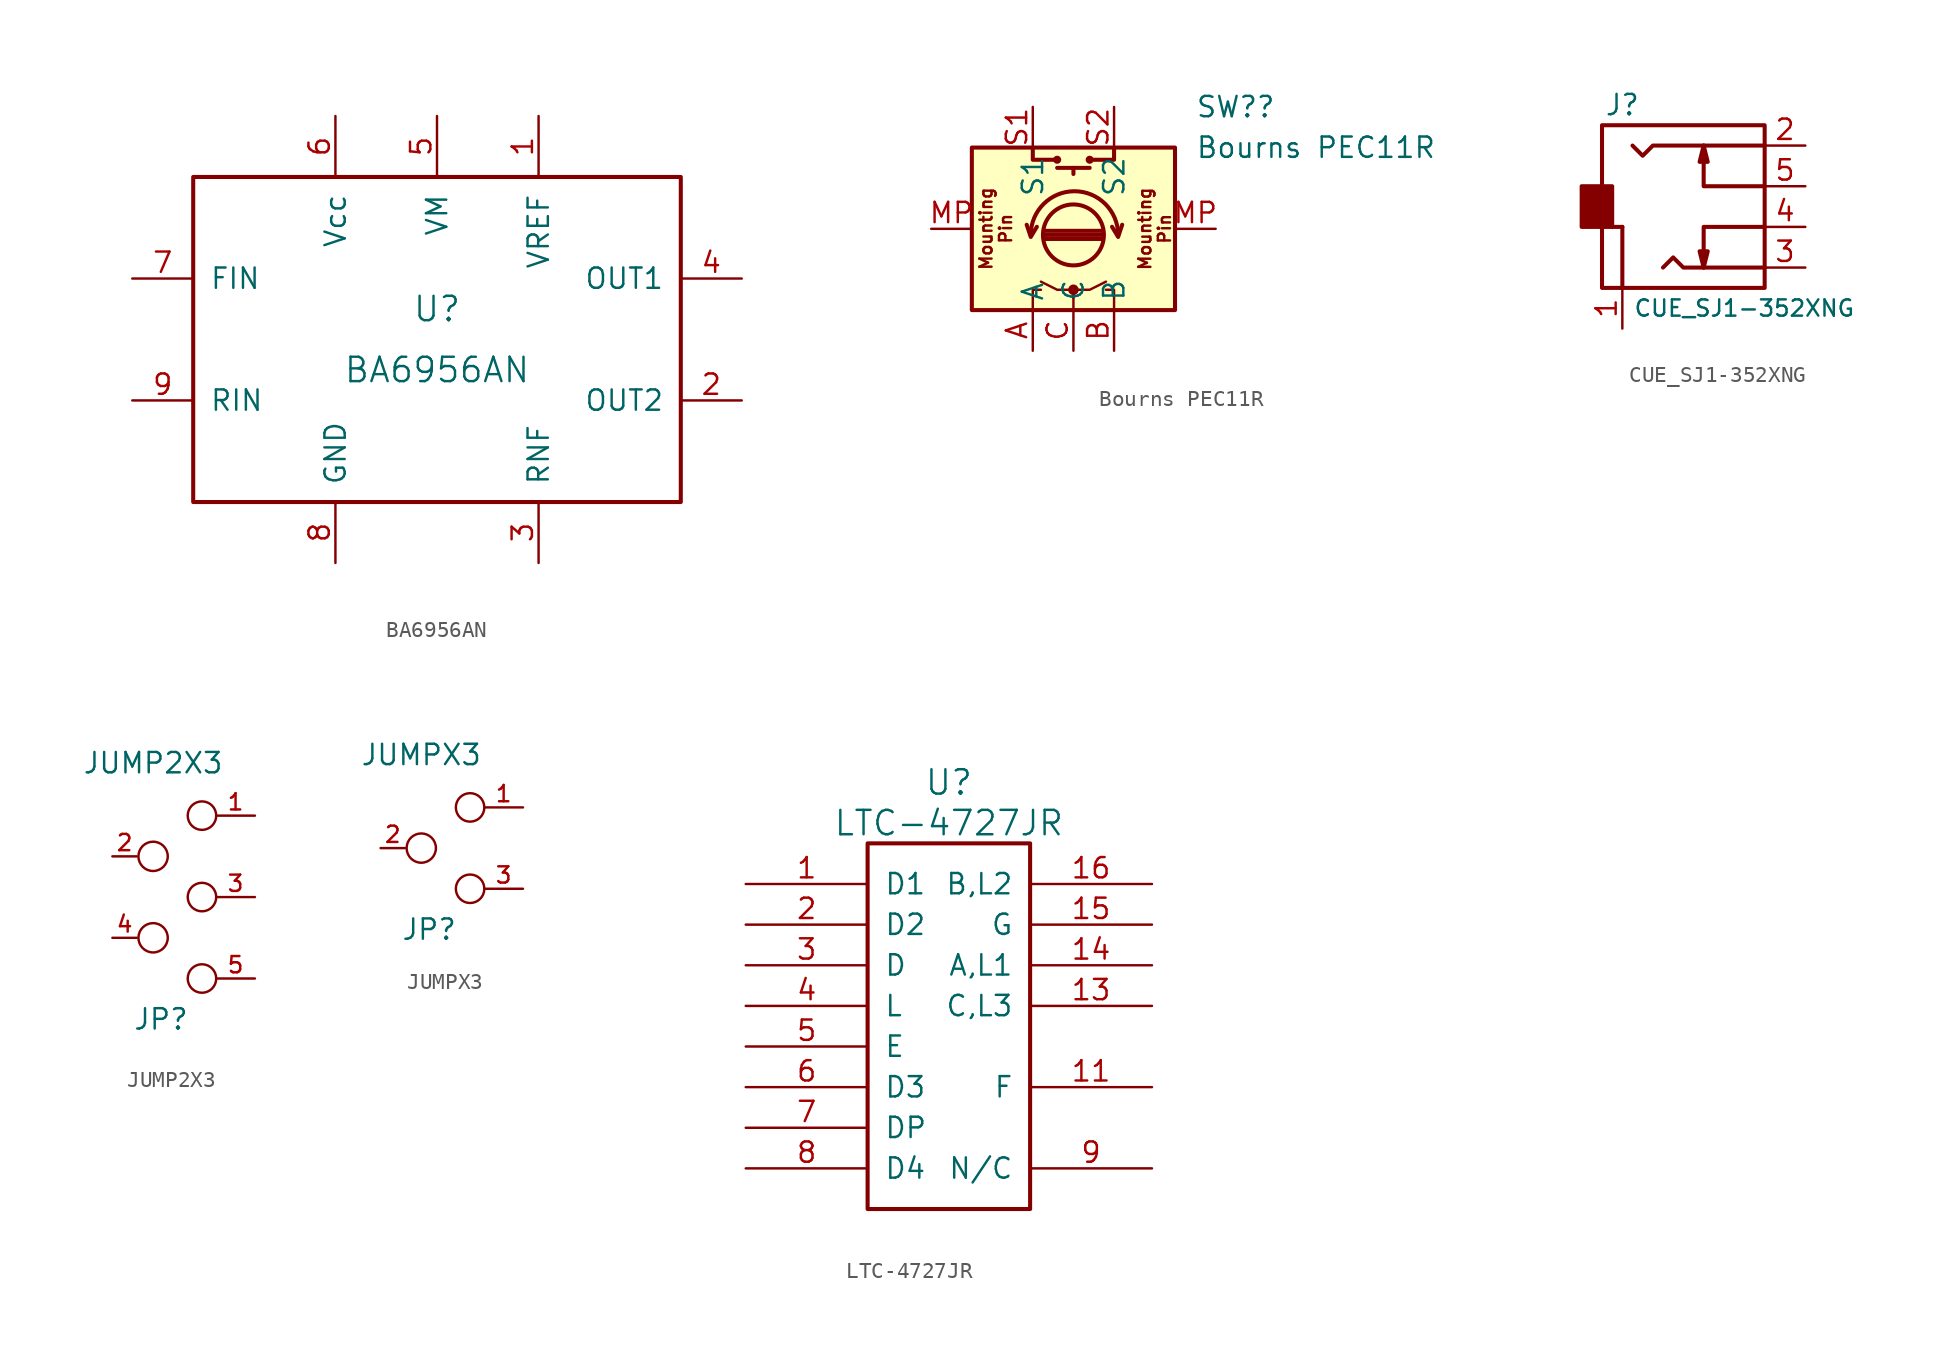
<source format=kicad_sym>
(kicad_symbol_lib
  (version 20220914)
  (generator kicad_symbol_editor)
  (symbol "BA6956AN"
    (pin_names
      (offset 1.016))
    (property "Reference" "U"
      (at 0 1.905 0)
      (effects (font (size 1.524 1.524))))
    (property "Value" "BA6956AN"
      (at 0 -1.905 0)
      (effects (font (size 1.524 1.524))))
    (property "Footprint" ""
      (at -17.78 -10.16 0)
      (effects (font (size 1.524 1.524))))
    (property "Datasheet" ""
      (at -17.78 -10.16 0)
      (effects (font (size 1.524 1.524))))
    (symbol "BA6956AN_0_1"
      (rectangle (start -15.24 10.16) (end 15.24 -10.16) (stroke (width 0.254) (type default)) (fill (type none))))
    (symbol "BA6956AN_1_1"
      (pin input line (at 6.35 13.97 270) (length 3.81) (name "VREF" (effects (font (size 1.27 1.27)))) (number "1" (effects (font (size 1.27 1.27)))))
      (pin input line (at 19.05 -3.81 180) (length 3.81) (name "OUT2" (effects (font (size 1.27 1.27)))) (number "2" (effects (font (size 1.27 1.27)))))
      (pin input line (at 6.35 -13.97 90) (length 3.81) (name "RNF" (effects (font (size 1.27 1.27)))) (number "3" (effects (font (size 1.27 1.27)))))
      (pin input line (at 19.05 3.81 180) (length 3.81) (name "OUT1" (effects (font (size 1.27 1.27)))) (number "4" (effects (font (size 1.27 1.27)))))
      (pin input line (at 0 13.97 270) (length 3.81) (name "VM" (effects (font (size 1.27 1.27)))) (number "5" (effects (font (size 1.27 1.27)))))
      (pin input line (at -6.35 13.97 270) (length 3.81) (name "Vcc" (effects (font (size 1.27 1.27)))) (number "6" (effects (font (size 1.27 1.27)))))
      (pin input line (at -19.05 3.81 0) (length 3.81) (name "FIN" (effects (font (size 1.27 1.27)))) (number "7" (effects (font (size 1.27 1.27)))))
      (pin input line (at -6.35 -13.97 90) (length 3.81) (name "GND" (effects (font (size 1.27 1.27)))) (number "8" (effects (font (size 1.27 1.27)))))
      (pin input line (at -19.05 -3.81 0) (length 3.81) (name "RIN" (effects (font (size 1.27 1.27)))) (number "9" (effects (font (size 1.27 1.27)))))))
  (symbol "Bourns PEC11R"
    (property "Reference" "SW?"
      (at 7.62 7.62 0)
      (effects (font (size 1.27 1.27)) (justify left)))
    (property "Value" "Bourns PEC11R"
      (at 7.62 5.08 0)
      (effects (font (size 1.27 1.27)) (justify left)))
    (symbol "Bourns PEC11R_0_0"
      (text "Mounting\nPin" (at -4.85 0.008 900) (effects (font (size 0.762 0.762))))
      (text "Mounting\nPin" (at 5.08 0 900) (effects (font (size 0.762 0.762)))))
    (symbol "Bourns PEC11R_0_1"
      (rectangle (start -6.35 5.08) (end 6.35 -5.08) (stroke (width 0.254) (type default)) (fill (type background)))
      (circle (center -1.016 4.318) (radius 0.127) (stroke (width 0.254) (type default)) (fill (type none)))
      (circle (center 0 -3.81) (radius 0.254) (stroke (width 0) (type default)) (fill (type outline)))
      (circle (center 0 -0.381) (radius 1.905) (stroke (width 0.254) (type default)) (fill (type none)))
      (polyline (pts (xy -1.778 -0.127) (xy 1.778 -0.127)) (stroke (width 0.254) (type default)) (fill (type none)))
      (polyline (pts (xy -1.016 3.81) (xy 1.016 3.81)) (stroke (width 0.254) (type default)) (fill (type none)))
      (polyline (pts (xy 0 3.81) (xy 0 3.429)) (stroke (width 0.254) (type default)) (fill (type none)))
      (polyline (pts (xy 1.778 -0.635) (xy -1.778 -0.635)) (stroke (width 0.254) (type default)) (fill (type none)))
      (polyline (pts (xy 1.778 -0.381) (xy -1.778 -0.381)) (stroke (width 0.254) (type default)) (fill (type none)))
      (polyline (pts (xy -2.921 0.254) (xy -2.667 -0.508) (xy -2.286 0.127)) (stroke (width 0.254) (type default)) (fill (type none)))
      (polyline (pts (xy -2.54 -5.08) (xy -2.54 -3.81) (xy -2.032 -3.81)) (stroke (width 0) (type default)) (fill (type none)))
      (polyline (pts (xy -2.54 5.08) (xy -2.54 4.318) (xy -1.016 4.318)) (stroke (width 0.254) (type default)) (fill (type none)))
      (polyline (pts (xy 2.54 -5.08) (xy 2.54 -3.81) (xy 2.032 -3.81)) (stroke (width 0) (type default)) (fill (type none)))
      (polyline (pts (xy 2.54 5.08) (xy 2.54 4.318) (xy 1.016 4.318)) (stroke (width 0.254) (type default)) (fill (type none)))
      (polyline (pts (xy 3.048 0.254) (xy 2.794 -0.508) (xy 2.413 0.127)) (stroke (width 0.254) (type default)) (fill (type none)))
      (polyline (pts (xy 0 -5.08) (xy 0 -3.81) (xy 1.016 -3.81) (xy 2.032 -3.302)) (stroke (width 0) (type default)) (fill (type none)))
      (polyline (pts (xy 0 -4.318) (xy 0 -3.81) (xy -1.016 -3.81) (xy -2.032 -3.302)) (stroke (width 0) (type default)) (fill (type none)))
      (circle (center 1.016 4.318) (radius 0.127) (stroke (width 0.254) (type default)) (fill (type none)))
      (arc (start 2.794 -0.381) (mid 0.0635 2.3376) (end -2.667 -0.381) (stroke (width 0.254) (type default)) (fill (type none))))
    (symbol "Bourns PEC11R_1_1"
      (pin passive line (at -2.54 -7.62 90) (length 2.54) (name "A" (effects (font (size 1.27 1.27)))) (number "A" (effects (font (size 1.27 1.27)))))
      (pin passive line (at 2.54 -7.62 90) (length 2.54) (name "B" (effects (font (size 1.27 1.27)))) (number "B" (effects (font (size 1.27 1.27)))))
      (pin passive line (at 0 -7.62 90) (length 2.54) (name "C" (effects (font (size 1.27 1.27)))) (number "C" (effects (font (size 1.27 1.27)))))
      (pin passive line (at -8.89 0 0) (length 2.54) (name "" (effects (font (size 1.27 1.27)))) (number "MP" (effects (font (size 1.27 1.27)))))
      (pin passive line (at 8.89 0 180) (length 2.54) (name "" (effects (font (size 1.27 1.27)))) (number "MP" (effects (font (size 1.27 1.27)))))
      (pin passive line (at -2.54 7.62 270) (length 2.54) (name "S1" (effects (font (size 1.27 1.27)))) (number "S1" (effects (font (size 1.27 1.27)))))
      (pin passive line (at 2.54 7.62 270) (length 2.54) (name "S2" (effects (font (size 1.27 1.27)))) (number "S2" (effects (font (size 1.27 1.27)))))))
  (symbol "CUE_SJ1-352XNG"
    (pin_names
      (offset 1.016) hide)
    (property "Reference" "J"
      (at -3.81 6.35 0)
      (effects (font (size 1.27 1.27))))
    (property "Value" "CUE_SJ1-352XNG"
      (at 3.81 -6.35 0)
      (effects (font (size 1.016 1.016))))
    (symbol "CUE_SJ1-352XNG_0_1"
      (rectangle (start -5.08 5.08) (end 5.08 -5.08) (stroke (width 0.254) (type default)) (fill (type none)))
      (rectangle (start -4.445 -1.27) (end -6.35 1.27) (stroke (width 0.254) (type default)) (fill (type outline)))
      (polyline (pts (xy -4.445 -1.27) (xy -3.81 -1.27)) (stroke (width 0.254) (type default)) (fill (type none)))
      (polyline (pts (xy -3.81 -1.27) (xy -3.81 -5.08)) (stroke (width 0.254) (type default)) (fill (type none)))
      (polyline (pts (xy 5.08 -1.27) (xy 1.27 -1.27) (xy 1.27 -3.81)) (stroke (width 0.254) (type default)) (fill (type none)))
      (polyline (pts (xy 5.08 1.27) (xy 1.27 1.27) (xy 1.27 3.81)) (stroke (width 0.254) (type default)) (fill (type none)))
      (polyline (pts (xy -3.175 3.81) (xy -2.54 3.175) (xy -1.905 3.81) (xy 5.08 3.81)) (stroke (width 0.254) (type default)) (fill (type none)))
      (polyline (pts (xy -1.27 -3.81) (xy -0.635 -3.175) (xy 0 -3.81) (xy 5.08 -3.81)) (stroke (width 0.254) (type default)) (fill (type none)))
      (polyline (pts (xy 1.27 -3.81) (xy 1.016 -2.794) (xy 1.524 -2.794) (xy 1.27 -3.81)) (stroke (width 0.254) (type default)) (fill (type none)))
      (polyline (pts (xy 1.27 3.81) (xy 1.016 2.794) (xy 1.524 2.794) (xy 1.27 3.81)) (stroke (width 0.254) (type default)) (fill (type none))))
    (symbol "CUE_SJ1-352XNG_1_1"
      (pin passive line (at -3.81 -7.62 90) (length 2.54) (name "Sleeve" (effects (font (size 1.27 1.27)))) (number "1" (effects (font (size 1.27 1.27)))))
      (pin passive line (at 7.62 3.81 180) (length 2.54) (name "Tip" (effects (font (size 1.27 1.27)))) (number "2" (effects (font (size 1.27 1.27)))))
      (pin passive line (at 7.62 -3.81 180) (length 2.54) (name "Tip" (effects (font (size 1.27 1.27)))) (number "3" (effects (font (size 1.27 1.27)))))
      (pin passive line (at 7.62 -1.27 180) (length 2.54) (name "Tip_Switch" (effects (font (size 1.27 1.27)))) (number "4" (effects (font (size 1.27 1.27)))))
      (pin passive line (at 7.62 1.27 180) (length 2.54) (name "Ring_Switch" (effects (font (size 1.27 1.27)))) (number "5" (effects (font (size 1.27 1.27)))))))
  (symbol "JUMP2X3"
    (pin_names
      (offset 0.762) hide)
    (property "Reference" "JP"
      (at -1.27 -10.16 0)
      (effects (font (size 1.27 1.27)) (justify left)))
    (property "Value" "JUMP2X3"
      (at 0 5.08 0)
      (effects (font (size 1.27 1.27)) (justify bottom)))
    (property "Footprint" ""
      (at 0 0 90)
      (effects (font (size 1.27 1.27))))
    (property "Datasheet" ""
      (at 0 0 90)
      (effects (font (size 1.27 1.27))))
    (symbol "JUMP2X3_0_1"
      (circle (center 0 -5.08) (radius 0.914) (stroke (width 0) (type default)) (fill (type none)))
      (circle (center 0 0) (radius 0.914) (stroke (width 0) (type default)) (fill (type none)))
      (circle (center 3.048 -7.62) (radius 0.889) (stroke (width 0) (type default)) (fill (type none)))
      (circle (center 3.048 -2.54) (radius 0.889) (stroke (width 0) (type default)) (fill (type none)))
      (circle (center 3.048 2.54) (radius 0.889) (stroke (width 0) (type default)) (fill (type none)))
      (pin passive line (at 6.35 2.54 180) (length 2.413) (name "1" (effects (font (size 1.016 1.016)))) (number "1" (effects (font (size 1.016 1.016)))))
      (pin passive line (at -2.54 0 0) (length 1.524) (name "2" (effects (font (size 1.016 1.016)))) (number "2" (effects (font (size 1.016 1.016)))))
      (pin passive line (at 6.35 -2.54 180) (length 2.413) (name "3" (effects (font (size 1.016 1.016)))) (number "3" (effects (font (size 1.016 1.016)))))
      (pin passive line (at -2.54 -5.08 0) (length 1.524) (name "4" (effects (font (size 1.016 1.016)))) (number "4" (effects (font (size 1.016 1.016)))))
      (pin passive line (at 6.35 -7.62 180) (length 2.413) (name "5" (effects (font (size 1.016 1.016)))) (number "5" (effects (font (size 1.016 1.016)))))))
  (symbol "JUMPX3"
    (pin_names
      (offset 0.762) hide)
    (property "Reference" "JP"
      (at -1.27 -5.08 0)
      (effects (font (size 1.27 1.27)) (justify left)))
    (property "Value" "JUMPX3"
      (at 0 5.08 0)
      (effects (font (size 1.27 1.27)) (justify bottom)))
    (property "Footprint" ""
      (at 0 0 90)
      (effects (font (size 1.27 1.27))))
    (property "Datasheet" ""
      (at 0 0 90)
      (effects (font (size 1.27 1.27))))
    (symbol "JUMPX3_0_1"
      (circle (center 0 0) (radius 0.914) (stroke (width 0) (type default)) (fill (type none)))
      (circle (center 3.048 -2.54) (radius 0.889) (stroke (width 0) (type default)) (fill (type none)))
      (circle (center 3.048 2.54) (radius 0.889) (stroke (width 0) (type default)) (fill (type none)))
      (pin passive line (at 6.35 2.54 180) (length 2.413) (name "1" (effects (font (size 1.016 1.016)))) (number "1" (effects (font (size 1.016 1.016)))))
      (pin passive line (at -2.54 0 0) (length 1.524) (name "2" (effects (font (size 1.016 1.016)))) (number "2" (effects (font (size 1.016 1.016)))))
      (pin passive line (at 6.35 -2.54 180) (length 2.413) (name "3" (effects (font (size 1.016 1.016)))) (number "3" (effects (font (size 1.016 1.016)))))))
  (symbol "LTC-4727JR"
    (pin_names
      (offset 1.016))
    (property "Reference" "U"
      (at 0 15.24 0)
      (effects (font (size 1.524 1.524))))
    (property "Value" "LTC-4727JR"
      (at 0 12.7 0)
      (effects (font (size 1.524 1.524))))
    (property "Footprint" ""
      (at -17.78 10.16 0)
      (effects (font (size 1.524 1.524))))
    (property "Datasheet" ""
      (at -17.78 10.16 0)
      (effects (font (size 1.524 1.524))))
    (symbol "LTC-4727JR_0_1"
      (rectangle (start -5.08 11.43) (end 5.08 -11.43) (stroke (width 0.254) (type default)) (fill (type none))))
    (symbol "LTC-4727JR_1_1"
      (pin input line (at -12.7 8.89 0) (length 7.62) (name "D1" (effects (font (size 1.27 1.27)))) (number "1" (effects (font (size 1.27 1.27)))))
      (pin input line (at 12.7 -3.81 180) (length 7.62) (name "F" (effects (font (size 1.27 1.27)))) (number "11" (effects (font (size 1.27 1.27)))))
      (pin input line (at 12.7 1.27 180) (length 7.62) (name "C,L3" (effects (font (size 1.27 1.27)))) (number "13" (effects (font (size 1.27 1.27)))))
      (pin input line (at 12.7 3.81 180) (length 7.62) (name "A,L1" (effects (font (size 1.27 1.27)))) (number "14" (effects (font (size 1.27 1.27)))))
      (pin input line (at 12.7 6.35 180) (length 7.62) (name "G" (effects (font (size 1.27 1.27)))) (number "15" (effects (font (size 1.27 1.27)))))
      (pin input line (at 12.7 8.89 180) (length 7.62) (name "B,L2" (effects (font (size 1.27 1.27)))) (number "16" (effects (font (size 1.27 1.27)))))
      (pin input line (at -12.7 6.35 0) (length 7.62) (name "D2" (effects (font (size 1.27 1.27)))) (number "2" (effects (font (size 1.27 1.27)))))
      (pin input line (at -12.7 3.81 0) (length 7.62) (name "D" (effects (font (size 1.27 1.27)))) (number "3" (effects (font (size 1.27 1.27)))))
      (pin input line (at -12.7 1.27 0) (length 7.62) (name "L" (effects (font (size 1.27 1.27)))) (number "4" (effects (font (size 1.27 1.27)))))
      (pin input line (at -12.7 -1.27 0) (length 7.62) (name "E" (effects (font (size 1.27 1.27)))) (number "5" (effects (font (size 1.27 1.27)))))
      (pin input line (at -12.7 -3.81 0) (length 7.62) (name "D3" (effects (font (size 1.27 1.27)))) (number "6" (effects (font (size 1.27 1.27)))))
      (pin input line (at -12.7 -6.35 0) (length 7.62) (name "DP" (effects (font (size 1.27 1.27)))) (number "7" (effects (font (size 1.27 1.27)))))
      (pin input line (at -12.7 -8.89 0) (length 7.62) (name "D4" (effects (font (size 1.27 1.27)))) (number "8" (effects (font (size 1.27 1.27)))))
      (pin input line (at 12.7 -8.89 180) (length 7.62) (name "N/C" (effects (font (size 1.27 1.27)))) (number "9" (effects (font (size 1.27 1.27))))))))
</source>
